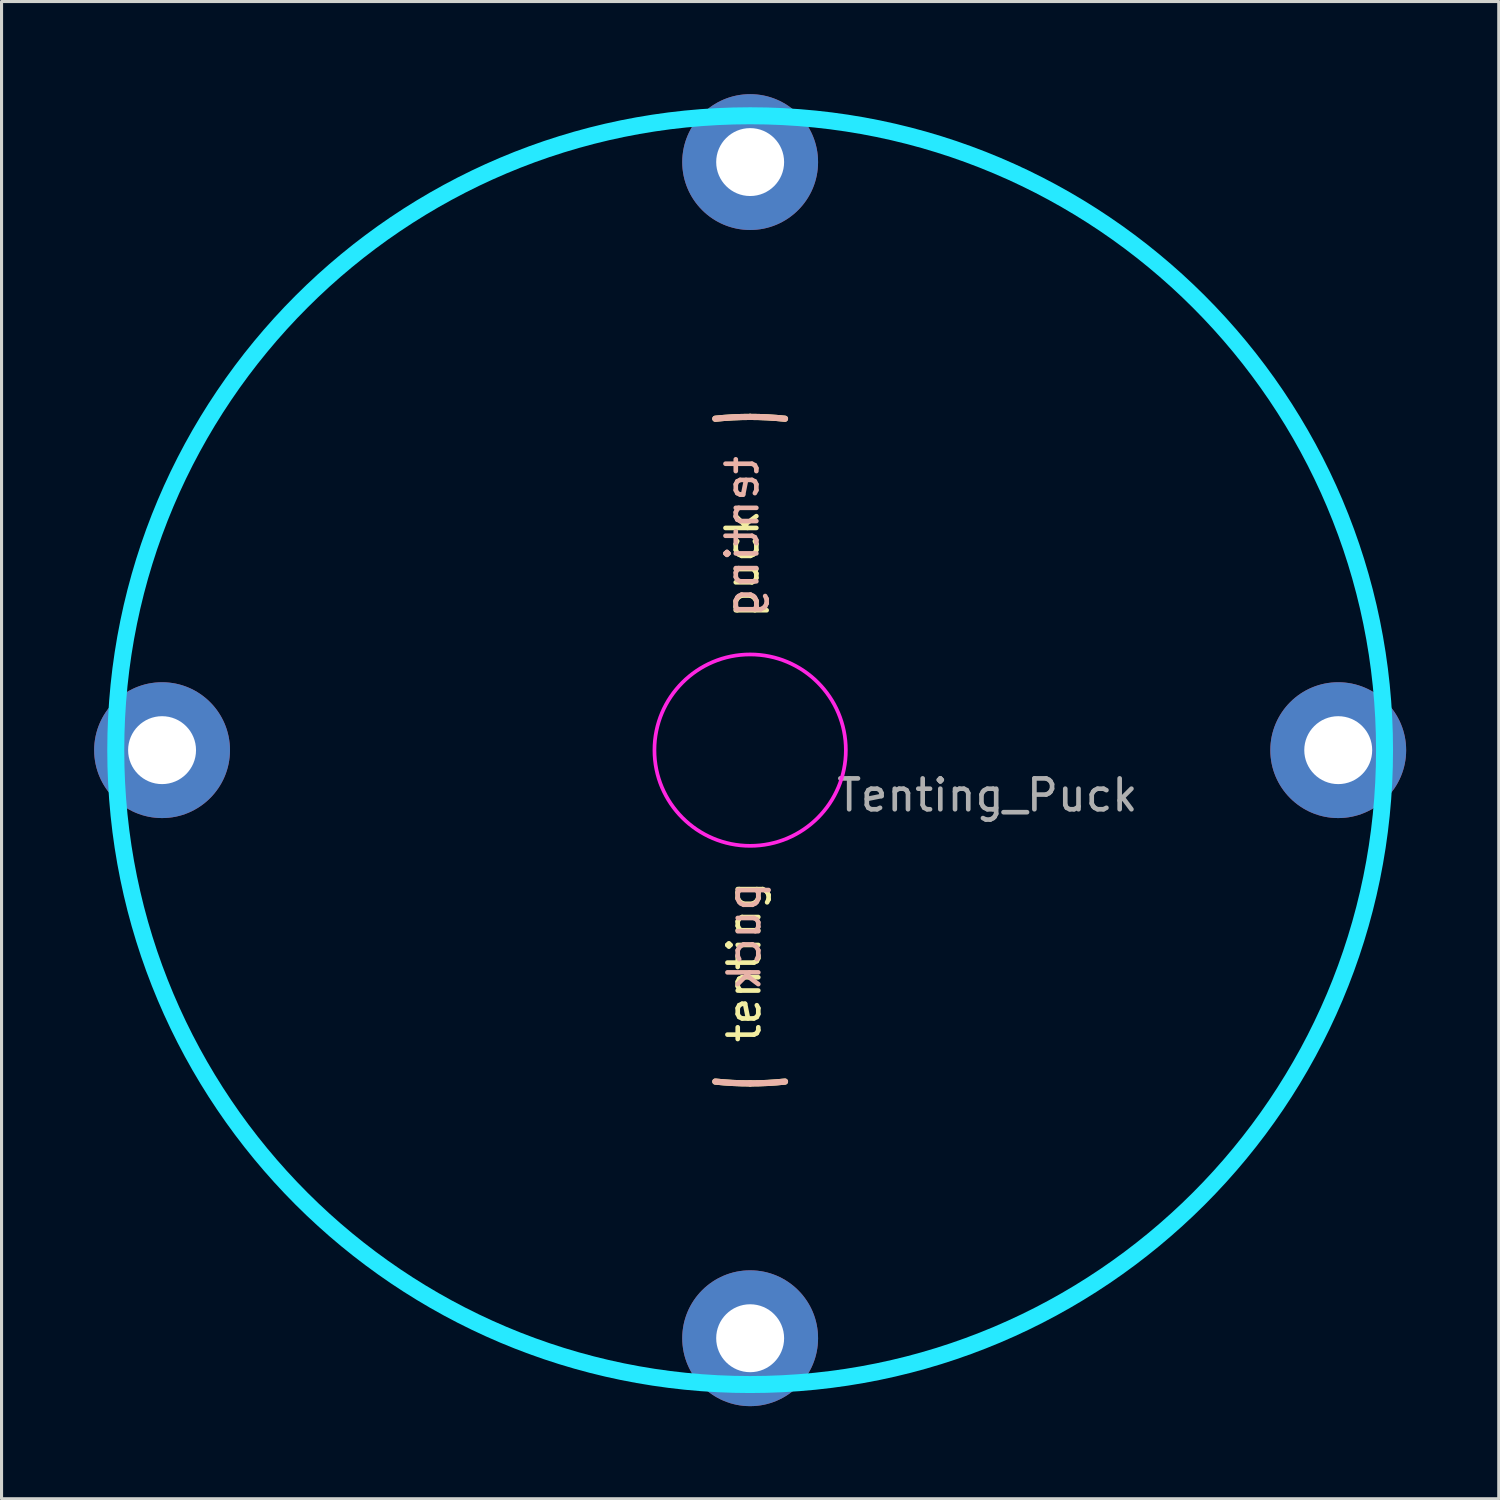
<source format=kicad_pcb>
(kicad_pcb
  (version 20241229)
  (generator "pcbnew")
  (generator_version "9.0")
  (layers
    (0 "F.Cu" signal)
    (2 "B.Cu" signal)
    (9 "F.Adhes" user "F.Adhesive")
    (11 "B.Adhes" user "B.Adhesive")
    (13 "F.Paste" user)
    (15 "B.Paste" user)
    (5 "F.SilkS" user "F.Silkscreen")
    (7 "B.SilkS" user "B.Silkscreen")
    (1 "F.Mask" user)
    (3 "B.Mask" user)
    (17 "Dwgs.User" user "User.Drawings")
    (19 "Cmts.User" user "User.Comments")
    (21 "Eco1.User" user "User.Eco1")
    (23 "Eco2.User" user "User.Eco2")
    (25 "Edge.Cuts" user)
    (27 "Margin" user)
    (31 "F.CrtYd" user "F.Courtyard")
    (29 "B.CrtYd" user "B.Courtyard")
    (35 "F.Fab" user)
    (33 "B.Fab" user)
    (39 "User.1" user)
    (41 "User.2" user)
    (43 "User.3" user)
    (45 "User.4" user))
  (footprint "Tenting_Puck"
    (layer "F.Cu")
    (at 21.25 21.25)
    (property "Reference" "Tenting_Puck" (at 7.684 1.46 0) (layer "F.Fab") (effects (font (size 1 1) (thickness 0.15))))
    (attr through_hole)
    (fp_arc (start -20.32 -2.8575) (mid -19.91151 -4.959786) (end -19.286134 -7.008048) (stroke (width 0.2) (type solid)) (layer "F.SilkS"))
    (fp_arc (start -19.286134 7.008047) (mid -19.91151 4.959786) (end -20.32 2.8575) (stroke (width 0.2) (type solid)) (layer "F.SilkS"))
    (fp_arc (start -7.008048 -19.286134) (mid -4.959786 -19.91151) (end -2.8575 -20.32) (stroke (width 0.2) (type solid)) (layer "F.SilkS"))
    (fp_arc (start -2.8575 20.32) (mid -4.959785 19.91151) (end -7.008046 19.286135) (stroke (width 0.2) (type solid)) (layer "F.SilkS"))
    (fp_arc (start -1.128385 -10.735864) (mid -0.564967 -10.780206) (end 0 -10.795) (stroke (width 0.2) (type solid)) (layer "F.SilkS"))
    (fp_arc (start 0 -10.795) (mid 0.564967 -10.780206) (end 1.128385 -10.735864) (stroke (width 0.2) (type solid)) (layer "F.SilkS"))
    (fp_arc (start 0 10.795) (mid -0.564967 10.780206) (end -1.128385 10.735864) (stroke (width 0.2) (type solid)) (layer "F.SilkS"))
    (fp_arc (start 1.128385 10.735864) (mid 0.564967 10.780206) (end 0 10.795) (stroke (width 0.2) (type solid)) (layer "F.SilkS"))
    (fp_arc (start 2.8575 -20.32) (mid 4.959786 -19.91151) (end 7.008047 -19.286134) (stroke (width 0.2) (type solid)) (layer "F.SilkS"))
    (fp_arc (start 7.008047 19.286134) (mid 4.959786 19.91151) (end 2.8575 20.32) (stroke (width 0.2) (type solid)) (layer "F.SilkS"))
    (fp_arc (start 19.286135 -7.008045) (mid 19.91151 -4.959785) (end 20.32 -2.8575) (stroke (width 0.2) (type solid)) (layer "F.SilkS"))
    (fp_arc (start 20.32 2.8575) (mid 19.91151 4.959785) (end 19.286135 7.008046) (stroke (width 0.2) (type solid)) (layer "F.SilkS"))
    (fp_arc (start -20.32 -2.8575) (mid -19.91151 -4.959784) (end -19.286136 -7.008044) (stroke (width 0.2) (type solid)) (layer "B.SilkS"))
    (fp_arc (start -19.286135 7.008046) (mid -19.91151 4.959785) (end -20.32 2.8575) (stroke (width 0.2) (type solid)) (layer "B.SilkS"))
    (fp_arc (start -7.008046 -19.286135) (mid -4.959785 -19.91151) (end -2.8575 -20.32) (stroke (width 0.2) (type solid)) (layer "B.SilkS"))
    (fp_arc (start -2.8575 20.32) (mid -4.959785 19.91151) (end -7.008045 19.286135) (stroke (width 0.2) (type solid)) (layer "B.SilkS"))
    (fp_arc (start -1.128385 -10.735864) (mid -0.564967 -10.780206) (end 0 -10.795) (stroke (width 0.2) (type solid)) (layer "B.SilkS"))
    (fp_arc (start 0 -10.795) (mid 0.564967 -10.780206) (end 1.128385 -10.735864) (stroke (width 0.2) (type solid)) (layer "B.SilkS"))
    (fp_arc (start 0 10.795) (mid -0.564967 10.780206) (end -1.128385 10.735864) (stroke (width 0.2) (type solid)) (layer "B.SilkS"))
    (fp_arc (start 1.128385 10.735864) (mid 0.564967 10.780206) (end 0 10.795) (stroke (width 0.2) (type solid)) (layer "B.SilkS"))
    (fp_arc (start 2.8575 -20.32) (mid 4.959787 -19.91151) (end 7.008049 -19.286134) (stroke (width 0.2) (type solid)) (layer "B.SilkS"))
    (fp_arc (start 7.008045 19.286135) (mid 4.959785 19.91151) (end 2.8575 20.32) (stroke (width 0.2) (type solid)) (layer "B.SilkS"))
    (fp_arc (start 19.286134 -7.008048) (mid 19.91151 -4.959786) (end 20.32 -2.8575) (stroke (width 0.2) (type solid)) (layer "B.SilkS"))
    (fp_arc (start 20.32 2.8575) (mid 19.91151 4.959786) (end 19.286134 7.008048) (stroke (width 0.2) (type solid)) (layer "B.SilkS"))
    (fp_circle (center 0 0) (end 20.55 0) (stroke (width 0.55) (type solid)) (fill no) (layer "B.CrtYd"))
    (fp_circle (center 0 0) (end 3.1 0) (stroke (width 0.12) (type solid)) (fill no) (layer "F.CrtYd"))
    (fp_text user "tenting" (at -0.191 6.858 90) (layer "F.SilkS") (effects (font (size 1 1) (thickness 0.15))))
    (fp_text user "puck" (at -0.254 -6.032 90) (layer "F.SilkS") (effects (font (size 1 1) (thickness 0.15))))
    (fp_text user "tenting" (at -0.254 -6.921 90) (layer "B.SilkS") (effects (font (size 1 1) (thickness 0.15)) (justify mirror)))
    (fp_text user "puck" (at -0.191 6.032 90) (unlocked yes) (layer "B.SilkS") (effects (font (size 1 1) (thickness 0.15)) (justify mirror)))
    (pad "" thru_hole circle (at -19.05 0) (size 4.4 4.4) (drill 2.2) (layers "*.Cu" "*.Mask"))
    (pad "" thru_hole circle (at 0 -19.05) (size 4.4 4.4) (drill 2.2) (layers "*.Cu" "*.Mask"))
    (pad "" thru_hole circle (at 0 19.05) (size 4.4 4.4) (drill 2.2) (layers "*.Cu" "*.Mask"))
    (pad "" thru_hole circle (at 19.05 0) (size 4.4 4.4) (drill 2.2) (layers "*.Cu" "*.Mask")))
  (gr_rect
    (start -3 -3)
    (end 45.5 45.5)
    (stroke (width 0.1) (type default))
    (fill no)
    (layer "Edge.Cuts")))
</source>
